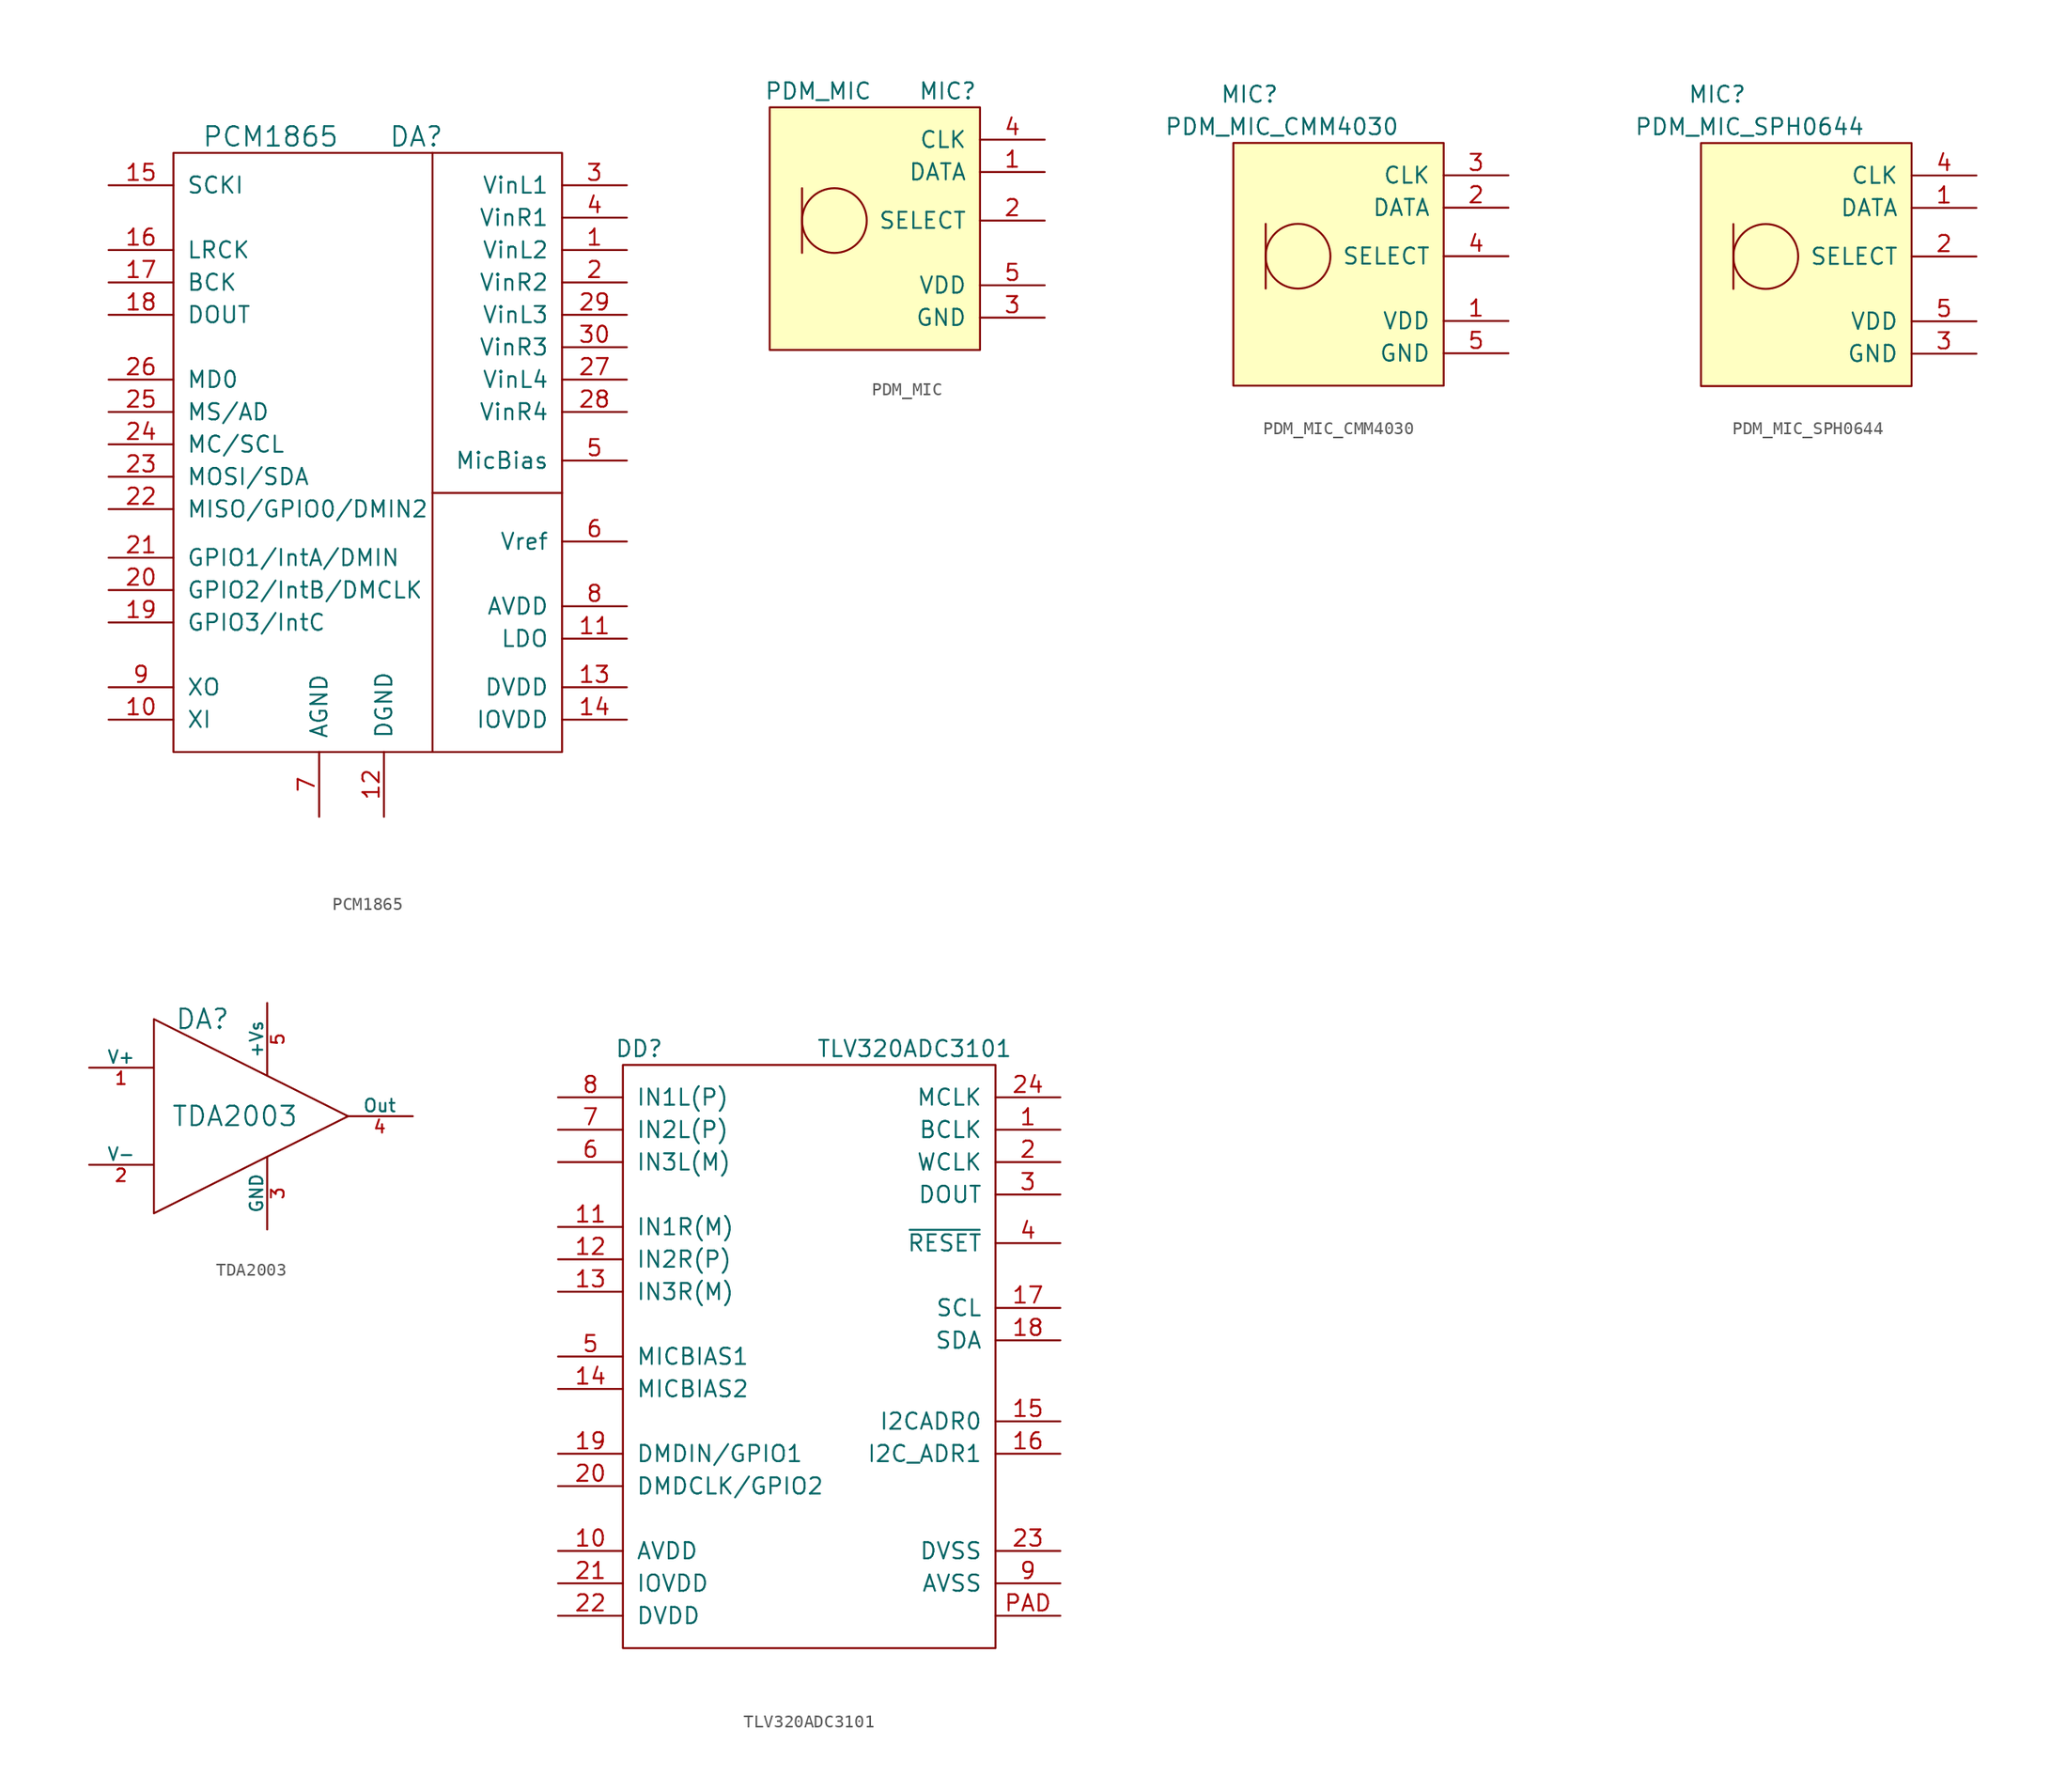
<source format=kicad_sym>
(kicad_symbol_lib
  (version 20231120)
  (generator "kicad_symbol_editor")
  (generator_version "8.0")
  (symbol "PCM1865"
    (pin_names
      (offset 1.016))
    (property "Reference" "DA"
      (at 5.08 24.13 0)
      (effects (font (size 1.524 1.524))))
    (property "Value" "PCM1865"
      (at -6.35 24.13 0)
      (effects (font (size 1.524 1.524))))
    (property "Datasheet" ""
      (at 0 15.24 0)
      (effects (font (size 1.524 1.524))))
    (symbol "PCM1865_0_1"
      (polyline (pts (xy 6.35 -3.81) (xy 6.35 -24.13)) (stroke (width 0) (type default)) (fill (type none)))
      (polyline (pts (xy 16.51 -3.81) (xy 6.35 -3.81) (xy 6.35 22.86)) (stroke (width 0) (type default)) (fill (type none)))
      (rectangle (start 16.51 -24.13) (end -13.97 22.86) (stroke (width 0) (type default)) (fill (type none))))
    (symbol "PCM1865_1_1"
      (pin passive line (at 21.59 15.24 180) (length 5.08) (name "VinL2" (effects (font (size 1.27 1.27)))) (number "1" (effects (font (size 1.27 1.27)))))
      (pin passive line (at -19.05 -21.59 0) (length 5.08) (name "XI" (effects (font (size 1.27 1.27)))) (number "10" (effects (font (size 1.27 1.27)))))
      (pin passive line (at 21.59 -15.24 180) (length 5.08) (name "LDO" (effects (font (size 1.27 1.27)))) (number "11" (effects (font (size 1.27 1.27)))))
      (pin power_in line (at 2.54 -29.21 90) (length 5.08) (name "DGND" (effects (font (size 1.27 1.27)))) (number "12" (effects (font (size 1.27 1.27)))))
      (pin power_in line (at 21.59 -19.05 180) (length 5.08) (name "DVDD" (effects (font (size 1.27 1.27)))) (number "13" (effects (font (size 1.27 1.27)))))
      (pin power_in line (at 21.59 -21.59 180) (length 5.08) (name "IOVDD" (effects (font (size 1.27 1.27)))) (number "14" (effects (font (size 1.27 1.27)))))
      (pin passive line (at -19.05 20.32 0) (length 5.08) (name "SCKI" (effects (font (size 1.27 1.27)))) (number "15" (effects (font (size 1.27 1.27)))))
      (pin passive line (at -19.05 15.24 0) (length 5.08) (name "LRCK" (effects (font (size 1.27 1.27)))) (number "16" (effects (font (size 1.27 1.27)))))
      (pin passive line (at -19.05 12.7 0) (length 5.08) (name "BCK" (effects (font (size 1.27 1.27)))) (number "17" (effects (font (size 1.27 1.27)))))
      (pin passive line (at -19.05 10.16 0) (length 5.08) (name "DOUT" (effects (font (size 1.27 1.27)))) (number "18" (effects (font (size 1.27 1.27)))))
      (pin passive line (at -19.05 -13.97 0) (length 5.08) (name "GPIO3/IntC" (effects (font (size 1.27 1.27)))) (number "19" (effects (font (size 1.27 1.27)))))
      (pin passive line (at 21.59 12.7 180) (length 5.08) (name "VinR2" (effects (font (size 1.27 1.27)))) (number "2" (effects (font (size 1.27 1.27)))))
      (pin passive line (at -19.05 -11.43 0) (length 5.08) (name "GPIO2/IntB/DMCLK" (effects (font (size 1.27 1.27)))) (number "20" (effects (font (size 1.27 1.27)))))
      (pin passive line (at -19.05 -8.89 0) (length 5.08) (name "GPIO1/IntA/DMIN" (effects (font (size 1.27 1.27)))) (number "21" (effects (font (size 1.27 1.27)))))
      (pin passive line (at -19.05 -5.08 0) (length 5.08) (name "MISO/GPIO0/DMIN2" (effects (font (size 1.27 1.27)))) (number "22" (effects (font (size 1.27 1.27)))))
      (pin passive line (at -19.05 -2.54 0) (length 5.08) (name "MOSI/SDA" (effects (font (size 1.27 1.27)))) (number "23" (effects (font (size 1.27 1.27)))))
      (pin passive line (at -19.05 0 0) (length 5.08) (name "MC/SCL" (effects (font (size 1.27 1.27)))) (number "24" (effects (font (size 1.27 1.27)))))
      (pin passive line (at -19.05 2.54 0) (length 5.08) (name "MS/AD" (effects (font (size 1.27 1.27)))) (number "25" (effects (font (size 1.27 1.27)))))
      (pin passive line (at -19.05 5.08 0) (length 5.08) (name "MD0" (effects (font (size 1.27 1.27)))) (number "26" (effects (font (size 1.27 1.27)))))
      (pin passive line (at 21.59 5.08 180) (length 5.08) (name "VinL4" (effects (font (size 1.27 1.27)))) (number "27" (effects (font (size 1.27 1.27)))))
      (pin passive line (at 21.59 2.54 180) (length 5.08) (name "VinR4" (effects (font (size 1.27 1.27)))) (number "28" (effects (font (size 1.27 1.27)))))
      (pin passive line (at 21.59 10.16 180) (length 5.08) (name "VinL3" (effects (font (size 1.27 1.27)))) (number "29" (effects (font (size 1.27 1.27)))))
      (pin passive line (at 21.59 20.32 180) (length 5.08) (name "VinL1" (effects (font (size 1.27 1.27)))) (number "3" (effects (font (size 1.27 1.27)))))
      (pin passive line (at 21.59 7.62 180) (length 5.08) (name "VinR3" (effects (font (size 1.27 1.27)))) (number "30" (effects (font (size 1.27 1.27)))))
      (pin passive line (at 21.59 17.78 180) (length 5.08) (name "VinR1" (effects (font (size 1.27 1.27)))) (number "4" (effects (font (size 1.27 1.27)))))
      (pin passive line (at 21.59 -1.27 180) (length 5.08) (name "MicBias" (effects (font (size 1.27 1.27)))) (number "5" (effects (font (size 1.27 1.27)))))
      (pin passive line (at 21.59 -7.62 180) (length 5.08) (name "Vref" (effects (font (size 1.27 1.27)))) (number "6" (effects (font (size 1.27 1.27)))))
      (pin power_in line (at -2.54 -29.21 90) (length 5.08) (name "AGND" (effects (font (size 1.27 1.27)))) (number "7" (effects (font (size 1.27 1.27)))))
      (pin power_in line (at 21.59 -12.7 180) (length 5.08) (name "AVDD" (effects (font (size 1.27 1.27)))) (number "8" (effects (font (size 1.27 1.27)))))
      (pin passive line (at -19.05 -19.05 0) (length 5.08) (name "XO" (effects (font (size 1.27 1.27)))) (number "9" (effects (font (size 1.27 1.27)))))))
  (symbol "PDM_MIC"
    (pin_names
      (offset 1.016))
    (property "Reference" "MIC"
      (at 5.08 12.7 0)
      (effects (font (size 1.27 1.27))))
    (property "Value" "PDM_MIC"
      (at -5.08 12.7 0)
      (effects (font (size 1.27 1.27))))
    (symbol "PDM_MIC_0_1"
      (circle (center -3.81 2.54) (radius 2.54) (stroke (width 0) (type default)) (fill (type none)))
      (polyline (pts (xy -6.35 5.08) (xy -6.35 0)) (stroke (width 0) (type default)) (fill (type none)))
      (rectangle (start 7.62 11.43) (end -8.89 -7.62) (stroke (width 0) (type default)) (fill (type background))))
    (symbol "PDM_MIC_1_1"
      (pin passive line (at 12.7 6.35 180) (length 5.08) (name "DATA" (effects (font (size 1.27 1.27)))) (number "1" (effects (font (size 1.27 1.27)))))
      (pin passive line (at 12.7 2.54 180) (length 5.08) (name "SELECT" (effects (font (size 1.27 1.27)))) (number "2" (effects (font (size 1.27 1.27)))))
      (pin power_in line (at 12.7 -5.08 180) (length 5.08) (name "GND" (effects (font (size 1.27 1.27)))) (number "3" (effects (font (size 1.27 1.27)))))
      (pin passive line (at 12.7 8.89 180) (length 5.08) (name "CLK" (effects (font (size 1.27 1.27)))) (number "4" (effects (font (size 1.27 1.27)))))
      (pin power_in line (at 12.7 -2.54 180) (length 5.08) (name "VDD" (effects (font (size 1.27 1.27)))) (number "5" (effects (font (size 1.27 1.27)))))))
  (symbol "PDM_MIC_CMM4030"
    (pin_names
      (offset 1.016))
    (property "Reference" "MIC"
      (at -7.62 15.24 0)
      (effects (font (size 1.27 1.27))))
    (property "Value" "PDM_MIC_CMM4030"
      (at -5.08 12.7 0)
      (effects (font (size 1.27 1.27))))
    (symbol "PDM_MIC_CMM4030_0_1"
      (circle (center -3.81 2.54) (radius 2.54) (stroke (width 0) (type default)) (fill (type none)))
      (polyline (pts (xy -6.35 5.08) (xy -6.35 0)) (stroke (width 0) (type default)) (fill (type none)))
      (rectangle (start 7.62 11.43) (end -8.89 -7.62) (stroke (width 0) (type default)) (fill (type background))))
    (symbol "PDM_MIC_CMM4030_1_1"
      (pin power_in line (at 12.7 -2.54 180) (length 5.08) (name "VDD" (effects (font (size 1.27 1.27)))) (number "1" (effects (font (size 1.27 1.27)))))
      (pin passive line (at 12.7 6.35 180) (length 5.08) (name "DATA" (effects (font (size 1.27 1.27)))) (number "2" (effects (font (size 1.27 1.27)))))
      (pin passive line (at 12.7 8.89 180) (length 5.08) (name "CLK" (effects (font (size 1.27 1.27)))) (number "3" (effects (font (size 1.27 1.27)))))
      (pin passive line (at 12.7 2.54 180) (length 5.08) (name "SELECT" (effects (font (size 1.27 1.27)))) (number "4" (effects (font (size 1.27 1.27)))))
      (pin power_in line (at 12.7 -5.08 180) (length 5.08) (name "GND" (effects (font (size 1.27 1.27)))) (number "5" (effects (font (size 1.27 1.27)))))))
  (symbol "PDM_MIC_SPH0644"
    (pin_names
      (offset 1.016))
    (property "Reference" "MIC"
      (at -7.62 15.24 0)
      (effects (font (size 1.27 1.27))))
    (property "Value" "PDM_MIC_SPH0644"
      (at -5.08 12.7 0)
      (effects (font (size 1.27 1.27))))
    (symbol "PDM_MIC_SPH0644_0_1"
      (circle (center -3.81 2.54) (radius 2.54) (stroke (width 0) (type default)) (fill (type none)))
      (polyline (pts (xy -6.35 5.08) (xy -6.35 0)) (stroke (width 0) (type default)) (fill (type none)))
      (rectangle (start 7.62 11.43) (end -8.89 -7.62) (stroke (width 0) (type default)) (fill (type background))))
    (symbol "PDM_MIC_SPH0644_1_1"
      (pin passive line (at 12.7 6.35 180) (length 5.08) (name "DATA" (effects (font (size 1.27 1.27)))) (number "1" (effects (font (size 1.27 1.27)))))
      (pin passive line (at 12.7 2.54 180) (length 5.08) (name "SELECT" (effects (font (size 1.27 1.27)))) (number "2" (effects (font (size 1.27 1.27)))))
      (pin power_in line (at 12.7 -5.08 180) (length 5.08) (name "GND" (effects (font (size 1.27 1.27)))) (number "3" (effects (font (size 1.27 1.27)))))
      (pin passive line (at 12.7 8.89 180) (length 5.08) (name "CLK" (effects (font (size 1.27 1.27)))) (number "4" (effects (font (size 1.27 1.27)))))
      (pin power_in line (at 12.7 -2.54 180) (length 5.08) (name "VDD" (effects (font (size 1.27 1.27)))) (number "5" (effects (font (size 1.27 1.27)))))))
  (symbol "TDA2003"
    (pin_names
      (offset 0))
    (property "Reference" "DA"
      (at -2.54 7.62 0)
      (effects (font (size 1.524 1.524))))
    (property "Value" "TDA2003"
      (at 0 0 0)
      (effects (font (size 1.524 1.524))))
    (property "Footprint" ""
      (at 0 0 0)
      (effects (font (size 1.524 1.524))))
    (property "Datasheet" ""
      (at 0 0 0)
      (effects (font (size 1.524 1.524))))
    (symbol "TDA2003_0_1"
      (polyline (pts (xy 8.89 0) (xy -6.35 7.62) (xy -6.35 -7.62) (xy 8.89 0)) (stroke (width 0) (type default)) (fill (type none))))
    (symbol "TDA2003_1_1"
      (pin input line (at -11.43 3.81 0) (length 5.004) (name "V+" (effects (font (size 0.991 0.991)))) (number "1" (effects (font (size 0.991 0.991)))))
      (pin input line (at -11.43 -3.81 0) (length 5.004) (name "V-" (effects (font (size 0.991 0.991)))) (number "2" (effects (font (size 0.991 0.991)))))
      (pin passive line (at 2.54 -8.89 90) (length 5.69) (name "GND" (effects (font (size 0.991 0.991)))) (number "3" (effects (font (size 0.991 0.991)))))
      (pin output line (at 13.97 0 180) (length 5.207) (name "Out" (effects (font (size 0.991 0.991)))) (number "4" (effects (font (size 0.991 0.991)))))
      (pin power_in line (at 2.54 8.89 270) (length 5.69) (name "+Vs" (effects (font (size 0.991 0.991)))) (number "5" (effects (font (size 0.991 0.991)))))))
  (symbol "TLV320ADC3101"
    (pin_names
      (offset 1.016))
    (property "Reference" "DD"
      (at -13.97 22.86 0)
      (effects (font (size 1.27 1.27))))
    (property "Value" "TLV320ADC3101"
      (at 7.62 22.86 0)
      (effects (font (size 1.27 1.27))))
    (symbol "TLV320ADC3101_0_1"
      (rectangle (start -15.24 21.59) (end 13.97 -24.13) (stroke (width 0) (type default)) (fill (type none))))
    (symbol "TLV320ADC3101_1_1"
      (pin passive line (at 19.05 16.51 180) (length 5.08) (name "BCLK" (effects (font (size 1.27 1.27)))) (number "1" (effects (font (size 1.27 1.27)))))
      (pin power_in line (at -20.32 -16.51 0) (length 5.08) (name "AVDD" (effects (font (size 1.27 1.27)))) (number "10" (effects (font (size 1.27 1.27)))))
      (pin passive line (at -20.32 8.89 0) (length 5.08) (name "IN1R(M)" (effects (font (size 1.27 1.27)))) (number "11" (effects (font (size 1.27 1.27)))))
      (pin passive line (at -20.32 6.35 0) (length 5.08) (name "IN2R(P)" (effects (font (size 1.27 1.27)))) (number "12" (effects (font (size 1.27 1.27)))))
      (pin passive line (at -20.32 3.81 0) (length 5.08) (name "IN3R(M)" (effects (font (size 1.27 1.27)))) (number "13" (effects (font (size 1.27 1.27)))))
      (pin passive line (at -20.32 -3.81 0) (length 5.08) (name "MICBIAS2" (effects (font (size 1.27 1.27)))) (number "14" (effects (font (size 1.27 1.27)))))
      (pin passive line (at 19.05 -6.35 180) (length 5.08) (name "I2CADR0" (effects (font (size 1.27 1.27)))) (number "15" (effects (font (size 1.27 1.27)))))
      (pin passive line (at 19.05 -8.89 180) (length 5.08) (name "I2C_ADR1" (effects (font (size 1.27 1.27)))) (number "16" (effects (font (size 1.27 1.27)))))
      (pin passive line (at 19.05 2.54 180) (length 5.08) (name "SCL" (effects (font (size 1.27 1.27)))) (number "17" (effects (font (size 1.27 1.27)))))
      (pin passive line (at 19.05 0 180) (length 5.08) (name "SDA" (effects (font (size 1.27 1.27)))) (number "18" (effects (font (size 1.27 1.27)))))
      (pin passive line (at -20.32 -8.89 0) (length 5.08) (name "DMDIN/GPIO1" (effects (font (size 1.27 1.27)))) (number "19" (effects (font (size 1.27 1.27)))))
      (pin passive line (at 19.05 13.97 180) (length 5.08) (name "WCLK" (effects (font (size 1.27 1.27)))) (number "2" (effects (font (size 1.27 1.27)))))
      (pin passive line (at -20.32 -11.43 0) (length 5.08) (name "DMDCLK/GPIO2" (effects (font (size 1.27 1.27)))) (number "20" (effects (font (size 1.27 1.27)))))
      (pin power_in line (at -20.32 -19.05 0) (length 5.08) (name "IOVDD" (effects (font (size 1.27 1.27)))) (number "21" (effects (font (size 1.27 1.27)))))
      (pin power_in line (at -20.32 -21.59 0) (length 5.08) (name "DVDD" (effects (font (size 1.27 1.27)))) (number "22" (effects (font (size 1.27 1.27)))))
      (pin power_in line (at 19.05 -16.51 180) (length 5.08) (name "DVSS" (effects (font (size 1.27 1.27)))) (number "23" (effects (font (size 1.27 1.27)))))
      (pin passive line (at 19.05 19.05 180) (length 5.08) (name "MCLK" (effects (font (size 1.27 1.27)))) (number "24" (effects (font (size 1.27 1.27)))))
      (pin passive line (at 19.05 11.43 180) (length 5.08) (name "DOUT" (effects (font (size 1.27 1.27)))) (number "3" (effects (font (size 1.27 1.27)))))
      (pin passive line (at 19.05 7.62 180) (length 5.08) (name "~{RESET}" (effects (font (size 1.27 1.27)))) (number "4" (effects (font (size 1.27 1.27)))))
      (pin passive line (at -20.32 -1.27 0) (length 5.08) (name "MICBIAS1" (effects (font (size 1.27 1.27)))) (number "5" (effects (font (size 1.27 1.27)))))
      (pin passive line (at -20.32 13.97 0) (length 5.08) (name "IN3L(M)" (effects (font (size 1.27 1.27)))) (number "6" (effects (font (size 1.27 1.27)))))
      (pin passive line (at -20.32 16.51 0) (length 5.08) (name "IN2L(P)" (effects (font (size 1.27 1.27)))) (number "7" (effects (font (size 1.27 1.27)))))
      (pin passive line (at -20.32 19.05 0) (length 5.08) (name "IN1L(P)" (effects (font (size 1.27 1.27)))) (number "8" (effects (font (size 1.27 1.27)))))
      (pin power_in line (at 19.05 -19.05 180) (length 5.08) (name "AVSS" (effects (font (size 1.27 1.27)))) (number "9" (effects (font (size 1.27 1.27)))))
      (pin passive line (at 19.05 -21.59 180) (length 5.08) (name "~" (effects (font (size 1.27 1.27)))) (number "PAD" (effects (font (size 1.27 1.27))))))))
</source>
